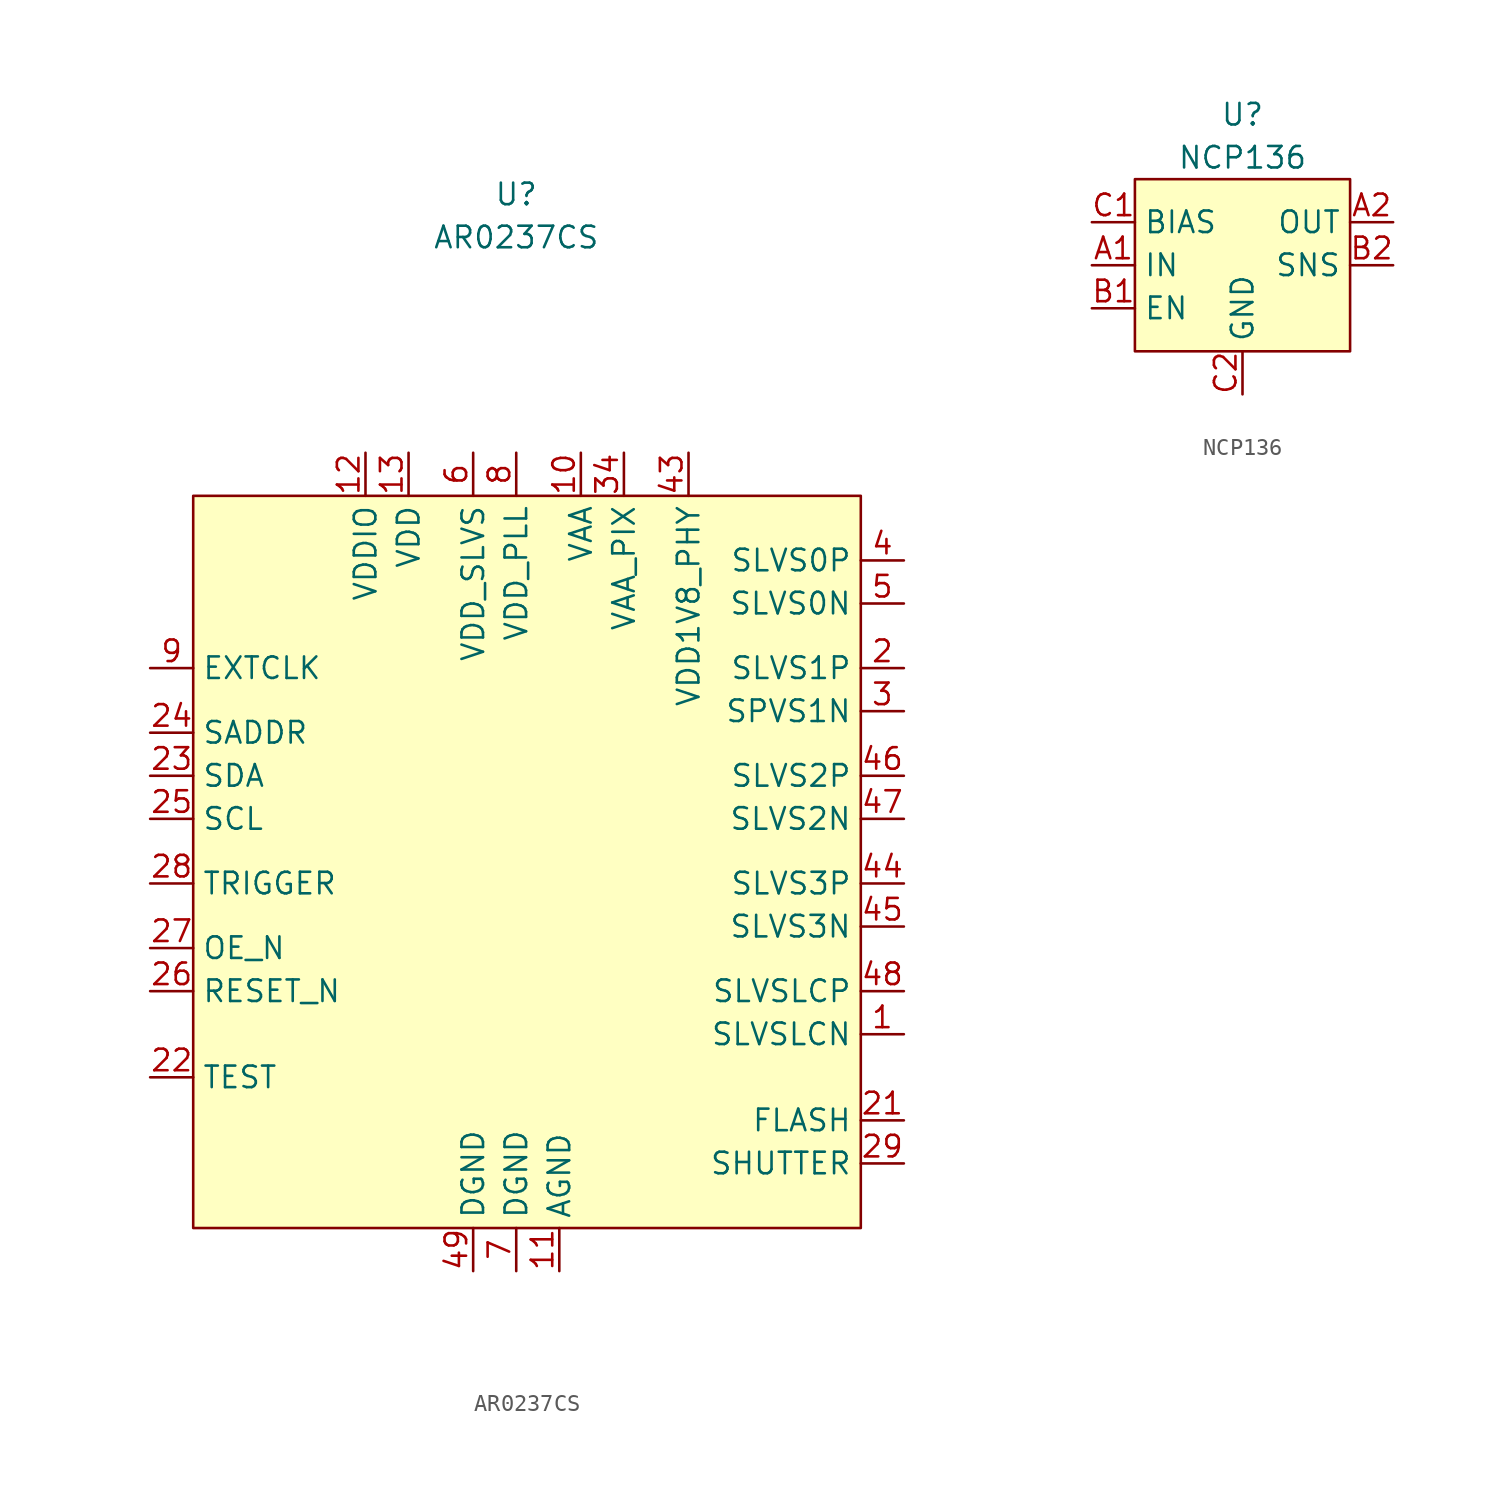
<source format=kicad_sym>
(kicad_symbol_lib
  (version 20241209)
  (generator "kicad_symbol_editor")
  (generator_version "9.0")
  (symbol "AR0237CS"
    (property "Reference" "U"
      (at 0 3.81 0)
      (effects (font (size 1.27 1.27))))
    (property "Value" "AR0237CS"
      (at 0 1.27 0)
      (effects (font (size 1.27 1.27))))
    (symbol "AR0237CS_1_1"
      (rectangle (start -19.05 -13.97) (end 20.32 -57.15) (stroke (width 0) (type solid)) (fill (type background)))
      (pin unspecified line (at -21.59 -24.13 0) (length 2.54) (name "EXTCLK" (effects (font (size 1.27 1.27)))) (number "9" (effects (font (size 1.27 1.27)))))
      (pin unspecified line (at -21.59 -27.94 0) (length 2.54) (name "SADDR" (effects (font (size 1.27 1.27)))) (number "24" (effects (font (size 1.27 1.27)))))
      (pin unspecified line (at -21.59 -30.48 0) (length 2.54) (name "SDA" (effects (font (size 1.27 1.27)))) (number "23" (effects (font (size 1.27 1.27)))))
      (pin unspecified line (at -21.59 -33.02 0) (length 2.54) (name "SCL" (effects (font (size 1.27 1.27)))) (number "25" (effects (font (size 1.27 1.27)))))
      (pin unspecified line (at -21.59 -36.83 0) (length 2.54) (name "TRIGGER" (effects (font (size 1.27 1.27)))) (number "28" (effects (font (size 1.27 1.27)))))
      (pin unspecified line (at -21.59 -40.64 0) (length 2.54) (name "OE_N" (effects (font (size 1.27 1.27)))) (number "27" (effects (font (size 1.27 1.27)))))
      (pin unspecified line (at -21.59 -43.18 0) (length 2.54) (name "RESET_N" (effects (font (size 1.27 1.27)))) (number "26" (effects (font (size 1.27 1.27)))))
      (pin unspecified line (at -21.59 -48.26 0) (length 2.54) (name "TEST" (effects (font (size 1.27 1.27)))) (number "22" (effects (font (size 1.27 1.27)))))
      (pin unspecified line (at -19.05 -52.07 0) (length 2.54) (hide yes) (name "RESERVED" (effects (font (size 1.27 1.27)))) (number "15" (effects (font (size 1.27 1.27)))))
      (pin unspecified line (at -19.05 -54.61 0) (length 2.54) (hide yes) (name "RESERVED" (effects (font (size 1.27 1.27)))) (number "36" (effects (font (size 1.27 1.27)))))
      (pin power_in line (at -8.89 -11.43 270) (length 2.54) (name "VDDIO" (effects (font (size 1.27 1.27)))) (number "12" (effects (font (size 1.27 1.27)))))
      (pin power_in line (at -8.89 -11.43 270) (length 2.54) (hide yes) (name "VDDIO" (effects (font (size 1.27 1.27)))) (number "20" (effects (font (size 1.27 1.27)))))
      (pin power_in line (at -8.89 -11.43 270) (length 2.54) (hide yes) (name "VDDIO" (effects (font (size 1.27 1.27)))) (number "30" (effects (font (size 1.27 1.27)))))
      (pin power_in line (at -8.89 -11.43 270) (length 2.54) (hide yes) (name "VDDIO" (effects (font (size 1.27 1.27)))) (number "42" (effects (font (size 1.27 1.27)))))
      (pin power_in line (at -6.35 -11.43 270) (length 2.54) (name "VDD" (effects (font (size 1.27 1.27)))) (number "13" (effects (font (size 1.27 1.27)))))
      (pin power_in line (at -6.35 -11.43 270) (length 2.54) (hide yes) (name "VDD" (effects (font (size 1.27 1.27)))) (number "19" (effects (font (size 1.27 1.27)))))
      (pin power_in line (at -6.35 -11.43 270) (length 2.54) (hide yes) (name "VDD" (effects (font (size 1.27 1.27)))) (number "31" (effects (font (size 1.27 1.27)))))
      (pin power_in line (at -6.35 -11.43 270) (length 2.54) (hide yes) (name "VDD" (effects (font (size 1.27 1.27)))) (number "41" (effects (font (size 1.27 1.27)))))
      (pin unspecified line (at -2.54 -11.43 270) (length 2.54) (name "VDD_SLVS" (effects (font (size 1.27 1.27)))) (number "6" (effects (font (size 1.27 1.27)))))
      (pin passive line (at -2.54 -59.69 90) (length 2.54) (name "DGND" (effects (font (size 1.27 1.27)))) (number "49" (effects (font (size 1.27 1.27)))))
      (pin unspecified line (at 0 -11.43 270) (length 2.54) (name "VDD_PLL" (effects (font (size 1.27 1.27)))) (number "8" (effects (font (size 1.27 1.27)))))
      (pin passive line (at 0 -59.69 90) (length 2.54) (hide yes) (name "DGND" (effects (font (size 1.27 1.27)))) (number "14" (effects (font (size 1.27 1.27)))))
      (pin passive line (at 0 -59.69 90) (length 2.54) (hide yes) (name "DGND" (effects (font (size 1.27 1.27)))) (number "18" (effects (font (size 1.27 1.27)))))
      (pin passive line (at 0 -59.69 90) (length 2.54) (hide yes) (name "DGND" (effects (font (size 1.27 1.27)))) (number "32" (effects (font (size 1.27 1.27)))))
      (pin passive line (at 0 -59.69 90) (length 2.54) (hide yes) (name "DGND" (effects (font (size 1.27 1.27)))) (number "40" (effects (font (size 1.27 1.27)))))
      (pin passive line (at 0 -59.69 90) (length 2.54) (name "DGND" (effects (font (size 1.27 1.27)))) (number "7" (effects (font (size 1.27 1.27)))))
      (pin passive line (at 2.54 -59.69 90) (length 2.54) (name "AGND" (effects (font (size 1.27 1.27)))) (number "11" (effects (font (size 1.27 1.27)))))
      (pin passive line (at 2.54 -59.69 90) (length 2.54) (hide yes) (name "AGND" (effects (font (size 1.27 1.27)))) (number "17" (effects (font (size 1.27 1.27)))))
      (pin passive line (at 2.54 -59.69 90) (length 2.54) (hide yes) (name "AGND" (effects (font (size 1.27 1.27)))) (number "33" (effects (font (size 1.27 1.27)))))
      (pin passive line (at 2.54 -59.69 90) (length 2.54) (hide yes) (name "AGND" (effects (font (size 1.27 1.27)))) (number "39" (effects (font (size 1.27 1.27)))))
      (pin power_in line (at 3.81 -11.43 270) (length 2.54) (name "VAA" (effects (font (size 1.27 1.27)))) (number "10" (effects (font (size 1.27 1.27)))))
      (pin power_in line (at 3.81 -11.43 270) (length 2.54) (hide yes) (name "VAA" (effects (font (size 1.27 1.27)))) (number "16" (effects (font (size 1.27 1.27)))))
      (pin power_in line (at 3.81 -11.43 270) (length 2.54) (hide yes) (name "VAA" (effects (font (size 1.27 1.27)))) (number "35" (effects (font (size 1.27 1.27)))))
      (pin power_in line (at 3.81 -11.43 270) (length 2.54) (hide yes) (name "VAA" (effects (font (size 1.27 1.27)))) (number "37" (effects (font (size 1.27 1.27)))))
      (pin power_in line (at 6.35 -11.43 270) (length 2.54) (name "VAA_PIX" (effects (font (size 1.27 1.27)))) (number "34" (effects (font (size 1.27 1.27)))))
      (pin power_in line (at 6.35 -11.43 270) (length 2.54) (hide yes) (name "VAA_PIX" (effects (font (size 1.27 1.27)))) (number "38" (effects (font (size 1.27 1.27)))))
      (pin power_in line (at 10.16 -11.43 270) (length 2.54) (name "VDD1V8_PHY" (effects (font (size 1.27 1.27)))) (number "43" (effects (font (size 1.27 1.27)))))
      (pin unspecified line (at 22.86 -17.78 180) (length 2.54) (name "SLVS0P" (effects (font (size 1.27 1.27)))) (number "4" (effects (font (size 1.27 1.27)))))
      (pin unspecified line (at 22.86 -20.32 180) (length 2.54) (name "SLVS0N" (effects (font (size 1.27 1.27)))) (number "5" (effects (font (size 1.27 1.27)))))
      (pin unspecified line (at 22.86 -24.13 180) (length 2.54) (name "SLVS1P" (effects (font (size 1.27 1.27)))) (number "2" (effects (font (size 1.27 1.27)))))
      (pin unspecified line (at 22.86 -26.67 180) (length 2.54) (name "SPVS1N" (effects (font (size 1.27 1.27)))) (number "3" (effects (font (size 1.27 1.27)))))
      (pin unspecified line (at 22.86 -30.48 180) (length 2.54) (name "SLVS2P" (effects (font (size 1.27 1.27)))) (number "46" (effects (font (size 1.27 1.27)))))
      (pin unspecified line (at 22.86 -33.02 180) (length 2.54) (name "SLVS2N" (effects (font (size 1.27 1.27)))) (number "47" (effects (font (size 1.27 1.27)))))
      (pin unspecified line (at 22.86 -36.83 180) (length 2.54) (name "SLVS3P" (effects (font (size 1.27 1.27)))) (number "44" (effects (font (size 1.27 1.27)))))
      (pin unspecified line (at 22.86 -39.37 180) (length 2.54) (name "SLVS3N" (effects (font (size 1.27 1.27)))) (number "45" (effects (font (size 1.27 1.27)))))
      (pin unspecified line (at 22.86 -43.18 180) (length 2.54) (name "SLVSLCP" (effects (font (size 1.27 1.27)))) (number "48" (effects (font (size 1.27 1.27)))))
      (pin unspecified line (at 22.86 -45.72 180) (length 2.54) (name "SLVSLCN" (effects (font (size 1.27 1.27)))) (number "1" (effects (font (size 1.27 1.27)))))
      (pin unspecified line (at 22.86 -50.8 180) (length 2.54) (name "FLASH" (effects (font (size 1.27 1.27)))) (number "21" (effects (font (size 1.27 1.27)))))
      (pin unspecified line (at 22.86 -53.34 180) (length 2.54) (name "SHUTTER" (effects (font (size 1.27 1.27)))) (number "29" (effects (font (size 1.27 1.27)))))))
  (symbol "NCP136"
    (property "Reference" "U"
      (at 0 3.81 0)
      (effects (font (size 1.27 1.27))))
    (property "Value" "NCP136"
      (at 0 1.27 0)
      (effects (font (size 1.27 1.27))))
    (symbol "NCP136_1_1"
      (rectangle (start -6.35 0) (end 6.35 -10.16) (stroke (width 0) (type solid)) (fill (type background)))
      (pin input line (at -8.89 -2.54 0) (length 2.54) (name "BIAS" (effects (font (size 1.27 1.27)))) (number "C1" (effects (font (size 1.27 1.27)))))
      (pin power_in line (at -8.89 -5.08 0) (length 2.54) (name "IN" (effects (font (size 1.27 1.27)))) (number "A1" (effects (font (size 1.27 1.27)))))
      (pin input line (at -8.89 -7.62 0) (length 2.54) (name "EN" (effects (font (size 1.27 1.27)))) (number "B1" (effects (font (size 1.27 1.27)))))
      (pin passive line (at 0 -12.7 90) (length 2.54) (name "GND" (effects (font (size 1.27 1.27)))) (number "C2" (effects (font (size 1.27 1.27)))))
      (pin power_out line (at 8.89 -2.54 180) (length 2.54) (name "OUT" (effects (font (size 1.27 1.27)))) (number "A2" (effects (font (size 1.27 1.27)))))
      (pin input line (at 8.89 -5.08 180) (length 2.54) (name "SNS" (effects (font (size 1.27 1.27)))) (number "B2" (effects (font (size 1.27 1.27))))))))
</source>
